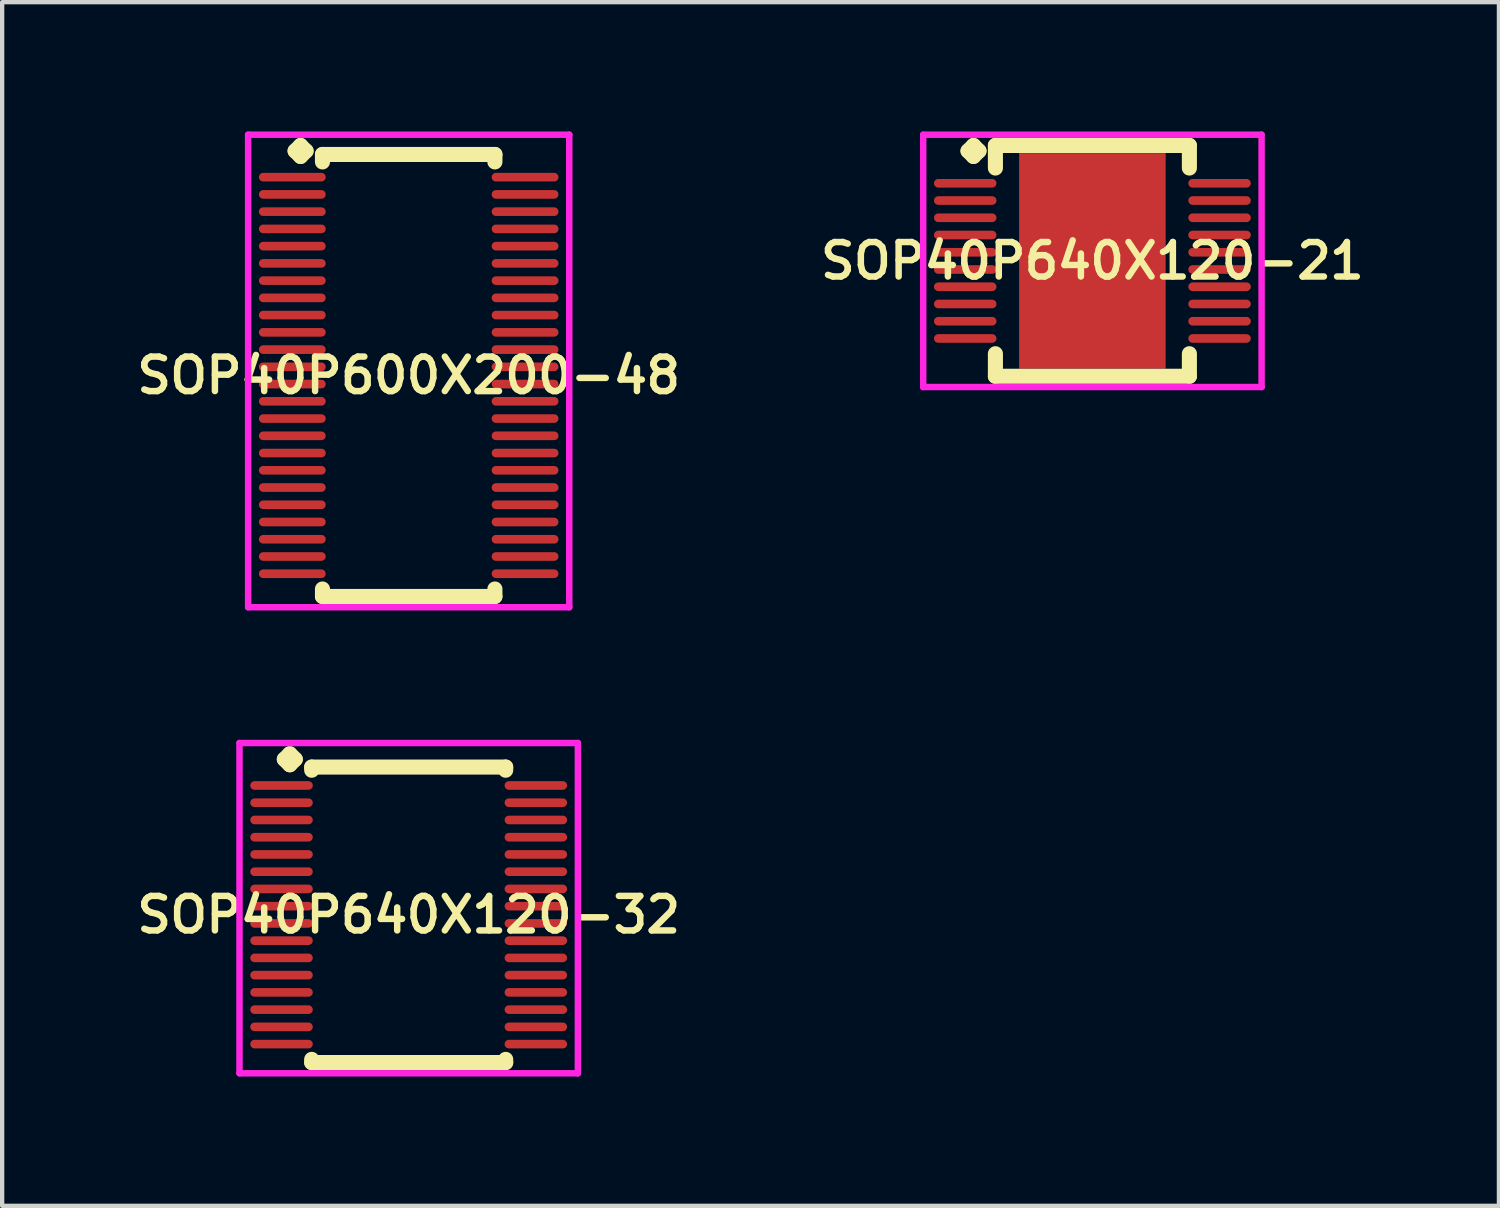
<source format=kicad_pcb>
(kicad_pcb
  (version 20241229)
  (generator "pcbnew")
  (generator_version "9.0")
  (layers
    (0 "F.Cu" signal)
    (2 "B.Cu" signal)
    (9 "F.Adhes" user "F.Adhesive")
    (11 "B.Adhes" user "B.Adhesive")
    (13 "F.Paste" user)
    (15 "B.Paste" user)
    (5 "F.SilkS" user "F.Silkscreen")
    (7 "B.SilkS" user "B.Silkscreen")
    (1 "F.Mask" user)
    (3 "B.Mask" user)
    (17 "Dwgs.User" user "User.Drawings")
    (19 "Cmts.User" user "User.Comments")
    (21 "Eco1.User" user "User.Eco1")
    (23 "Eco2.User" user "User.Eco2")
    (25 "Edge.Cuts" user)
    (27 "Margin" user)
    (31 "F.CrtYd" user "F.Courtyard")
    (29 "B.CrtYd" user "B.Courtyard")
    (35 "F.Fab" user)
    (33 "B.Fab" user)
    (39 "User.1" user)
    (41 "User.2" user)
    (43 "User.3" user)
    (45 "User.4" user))
  (footprint "SOP40P640X120-21"
    (layer "F.Cu")
    (at 22.292 3.002)
    (property "Reference" "SOP40P640X120-21" (at 0 0 0) (layer "F.SilkS") (effects (font (size 0.8 0.8) (thickness 0.15))))
    (attr smd)
    (fp_line (start -2.885 -2.55) (end -2.758 -2.677) (stroke (width 0.35) (type solid)) (layer "F.SilkS"))
    (fp_line (start -2.758 -2.677) (end -2.631 -2.55) (stroke (width 0.35) (type solid)) (layer "F.SilkS"))
    (fp_line (start -2.758 -2.423) (end -2.885 -2.55) (stroke (width 0.35) (type solid)) (layer "F.SilkS"))
    (fp_line (start -2.631 -2.55) (end -2.758 -2.423) (stroke (width 0.35) (type solid)) (layer "F.SilkS"))
    (fp_line (start -2.25 -2.677) (end 2.25 -2.677) (stroke (width 0.35) (type solid)) (layer "F.SilkS"))
    (fp_line (start -2.25 -2.154) (end -2.25 -2.677) (stroke (width 0.35) (type solid)) (layer "F.SilkS"))
    (fp_line (start -2.25 2.154) (end -2.25 2.677) (stroke (width 0.35) (type solid)) (layer "F.SilkS"))
    (fp_line (start -2.25 2.677) (end 2.25 2.677) (stroke (width 0.35) (type solid)) (layer "F.SilkS"))
    (fp_line (start 2.25 -2.677) (end 2.25 -2.154) (stroke (width 0.35) (type solid)) (layer "F.SilkS"))
    (fp_line (start 2.25 2.677) (end 2.25 2.154) (stroke (width 0.35) (type solid)) (layer "F.SilkS"))
    (fp_line (start -3.925 -2.927) (end 3.925 -2.927) (stroke (width 0.15) (type solid)) (layer "F.CrtYd"))
    (fp_line (start -3.925 2.927) (end -3.925 -2.927) (stroke (width 0.15) (type solid)) (layer "F.CrtYd"))
    (fp_line (start 3.925 -2.927) (end 3.925 2.927) (stroke (width 0.15) (type solid)) (layer "F.CrtYd"))
    (fp_line (start 3.925 2.927) (end -3.925 2.927) (stroke (width 0.15) (type solid)) (layer "F.CrtYd"))
    (pad "1" smd oval (at -2.95 -1.8) (size 1.45 0.2) (layers "F.Cu" "F.Mask" "F.Paste"))
    (pad "2" smd oval (at -2.95 -1.4) (size 1.45 0.2) (layers "F.Cu" "F.Mask" "F.Paste"))
    (pad "3" smd oval (at -2.95 -1) (size 1.45 0.2) (layers "F.Cu" "F.Mask" "F.Paste"))
    (pad "4" smd oval (at -2.95 -0.6) (size 1.45 0.2) (layers "F.Cu" "F.Mask" "F.Paste"))
    (pad "5" smd oval (at -2.95 -0.2) (size 1.45 0.2) (layers "F.Cu" "F.Mask" "F.Paste"))
    (pad "6" smd oval (at -2.95 0.2) (size 1.45 0.2) (layers "F.Cu" "F.Mask" "F.Paste"))
    (pad "7" smd oval (at -2.95 0.6) (size 1.45 0.2) (layers "F.Cu" "F.Mask" "F.Paste"))
    (pad "8" smd oval (at -2.95 1) (size 1.45 0.2) (layers "F.Cu" "F.Mask" "F.Paste"))
    (pad "9" smd oval (at -2.95 1.4) (size 1.45 0.2) (layers "F.Cu" "F.Mask" "F.Paste"))
    (pad "10" smd oval (at -2.95 1.8) (size 1.45 0.2) (layers "F.Cu" "F.Mask" "F.Paste"))
    (pad "11" smd oval (at 2.95 1.8) (size 1.45 0.2) (layers "F.Cu" "F.Mask" "F.Paste"))
    (pad "12" smd oval (at 2.95 1.4) (size 1.45 0.2) (layers "F.Cu" "F.Mask" "F.Paste"))
    (pad "13" smd oval (at 2.95 1) (size 1.45 0.2) (layers "F.Cu" "F.Mask" "F.Paste"))
    (pad "14" smd oval (at 2.95 0.6) (size 1.45 0.2) (layers "F.Cu" "F.Mask" "F.Paste"))
    (pad "15" smd oval (at 2.95 0.2) (size 1.45 0.2) (layers "F.Cu" "F.Mask" "F.Paste"))
    (pad "16" smd oval (at 2.95 -0.2) (size 1.45 0.2) (layers "F.Cu" "F.Mask" "F.Paste"))
    (pad "17" smd oval (at 2.95 -0.6) (size 1.45 0.2) (layers "F.Cu" "F.Mask" "F.Paste"))
    (pad "18" smd oval (at 2.95 -1) (size 1.45 0.2) (layers "F.Cu" "F.Mask" "F.Paste"))
    (pad "19" smd oval (at 2.95 -1.4) (size 1.45 0.2) (layers "F.Cu" "F.Mask" "F.Paste"))
    (pad "20" smd oval (at 2.95 -1.8) (size 1.45 0.2) (layers "F.Cu" "F.Mask" "F.Paste"))
    (pad "21" smd rect (at 0 0) (size 3.4 5) (layers "F.Cu" "F.Mask" "F.Paste")))
  (footprint "SOP40P600X200-48"
    (layer "F.Cu")
    (at 6.431 5.66)
    (property "Reference" "SOP40P600X200-48" (at 0 0 0) (layer "F.SilkS") (effects (font (size 0.8 0.8) (thickness 0.15))))
    (attr smd)
    (fp_line (start -2.635 -5.208) (end -2.508 -5.335) (stroke (width 0.35) (type solid)) (layer "F.SilkS"))
    (fp_line (start -2.508 -5.335) (end -2.381 -5.208) (stroke (width 0.35) (type solid)) (layer "F.SilkS"))
    (fp_line (start -2.508 -5.081) (end -2.635 -5.208) (stroke (width 0.35) (type solid)) (layer "F.SilkS"))
    (fp_line (start -2.381 -5.208) (end -2.508 -5.081) (stroke (width 0.35) (type solid)) (layer "F.SilkS"))
    (fp_line (start -2 -5.127) (end 2 -5.127) (stroke (width 0.35) (type solid)) (layer "F.SilkS"))
    (fp_line (start -2 -4.954) (end -2 -5.127) (stroke (width 0.35) (type solid)) (layer "F.SilkS"))
    (fp_line (start -2 4.954) (end -2 5.127) (stroke (width 0.35) (type solid)) (layer "F.SilkS"))
    (fp_line (start -2 5.127) (end 2 5.127) (stroke (width 0.35) (type solid)) (layer "F.SilkS"))
    (fp_line (start 2 -5.127) (end 2 -4.954) (stroke (width 0.35) (type solid)) (layer "F.SilkS"))
    (fp_line (start 2 5.127) (end 2 4.954) (stroke (width 0.35) (type solid)) (layer "F.SilkS"))
    (fp_line (start -3.725 -5.585) (end 3.725 -5.585) (stroke (width 0.15) (type solid)) (layer "F.CrtYd"))
    (fp_line (start -3.725 5.377) (end -3.725 -5.585) (stroke (width 0.15) (type solid)) (layer "F.CrtYd"))
    (fp_line (start 3.725 -5.585) (end 3.725 5.377) (stroke (width 0.15) (type solid)) (layer "F.CrtYd"))
    (fp_line (start 3.725 5.377) (end -3.725 5.377) (stroke (width 0.15) (type solid)) (layer "F.CrtYd"))
    (pad "1" smd oval (at -2.7 -4.6) (size 1.55 0.2) (layers "F.Cu" "F.Mask" "F.Paste"))
    (pad "2" smd oval (at -2.7 -4.2) (size 1.55 0.2) (layers "F.Cu" "F.Mask" "F.Paste"))
    (pad "3" smd oval (at -2.7 -3.8) (size 1.55 0.2) (layers "F.Cu" "F.Mask" "F.Paste"))
    (pad "4" smd oval (at -2.7 -3.4) (size 1.55 0.2) (layers "F.Cu" "F.Mask" "F.Paste"))
    (pad "5" smd oval (at -2.7 -3) (size 1.55 0.2) (layers "F.Cu" "F.Mask" "F.Paste"))
    (pad "6" smd oval (at -2.7 -2.6) (size 1.55 0.2) (layers "F.Cu" "F.Mask" "F.Paste"))
    (pad "7" smd oval (at -2.7 -2.2) (size 1.55 0.2) (layers "F.Cu" "F.Mask" "F.Paste"))
    (pad "8" smd oval (at -2.7 -1.8) (size 1.55 0.2) (layers "F.Cu" "F.Mask" "F.Paste"))
    (pad "9" smd oval (at -2.7 -1.4) (size 1.55 0.2) (layers "F.Cu" "F.Mask" "F.Paste"))
    (pad "10" smd oval (at -2.7 -1) (size 1.55 0.2) (layers "F.Cu" "F.Mask" "F.Paste"))
    (pad "11" smd oval (at -2.7 -0.6) (size 1.55 0.2) (layers "F.Cu" "F.Mask" "F.Paste"))
    (pad "12" smd oval (at -2.7 -0.2) (size 1.55 0.2) (layers "F.Cu" "F.Mask" "F.Paste"))
    (pad "13" smd oval (at -2.7 0.2) (size 1.55 0.2) (layers "F.Cu" "F.Mask" "F.Paste"))
    (pad "14" smd oval (at -2.7 0.6) (size 1.55 0.2) (layers "F.Cu" "F.Mask" "F.Paste"))
    (pad "15" smd oval (at -2.7 1) (size 1.55 0.2) (layers "F.Cu" "F.Mask" "F.Paste"))
    (pad "16" smd oval (at -2.7 1.4) (size 1.55 0.2) (layers "F.Cu" "F.Mask" "F.Paste"))
    (pad "17" smd oval (at -2.7 1.8) (size 1.55 0.2) (layers "F.Cu" "F.Mask" "F.Paste"))
    (pad "18" smd oval (at -2.7 2.2) (size 1.55 0.2) (layers "F.Cu" "F.Mask" "F.Paste"))
    (pad "19" smd oval (at -2.7 2.6) (size 1.55 0.2) (layers "F.Cu" "F.Mask" "F.Paste"))
    (pad "20" smd oval (at -2.7 3) (size 1.55 0.2) (layers "F.Cu" "F.Mask" "F.Paste"))
    (pad "21" smd oval (at -2.7 3.4) (size 1.55 0.2) (layers "F.Cu" "F.Mask" "F.Paste"))
    (pad "22" smd oval (at -2.7 3.8) (size 1.55 0.2) (layers "F.Cu" "F.Mask" "F.Paste"))
    (pad "23" smd oval (at -2.7 4.2) (size 1.55 0.2) (layers "F.Cu" "F.Mask" "F.Paste"))
    (pad "24" smd oval (at -2.7 4.6) (size 1.55 0.2) (layers "F.Cu" "F.Mask" "F.Paste"))
    (pad "25" smd oval (at 2.7 4.6) (size 1.55 0.2) (layers "F.Cu" "F.Mask" "F.Paste"))
    (pad "26" smd oval (at 2.7 4.2) (size 1.55 0.2) (layers "F.Cu" "F.Mask" "F.Paste"))
    (pad "27" smd oval (at 2.7 3.8) (size 1.55 0.2) (layers "F.Cu" "F.Mask" "F.Paste"))
    (pad "28" smd oval (at 2.7 3.4) (size 1.55 0.2) (layers "F.Cu" "F.Mask" "F.Paste"))
    (pad "29" smd oval (at 2.7 3) (size 1.55 0.2) (layers "F.Cu" "F.Mask" "F.Paste"))
    (pad "30" smd oval (at 2.7 2.6) (size 1.55 0.2) (layers "F.Cu" "F.Mask" "F.Paste"))
    (pad "31" smd oval (at 2.7 2.2) (size 1.55 0.2) (layers "F.Cu" "F.Mask" "F.Paste"))
    (pad "32" smd oval (at 2.7 1.8) (size 1.55 0.2) (layers "F.Cu" "F.Mask" "F.Paste"))
    (pad "33" smd oval (at 2.7 1.4) (size 1.55 0.2) (layers "F.Cu" "F.Mask" "F.Paste"))
    (pad "34" smd oval (at 2.7 1) (size 1.55 0.2) (layers "F.Cu" "F.Mask" "F.Paste"))
    (pad "35" smd oval (at 2.7 0.6) (size 1.55 0.2) (layers "F.Cu" "F.Mask" "F.Paste"))
    (pad "36" smd oval (at 2.7 0.2) (size 1.55 0.2) (layers "F.Cu" "F.Mask" "F.Paste"))
    (pad "37" smd oval (at 2.7 -0.2) (size 1.55 0.2) (layers "F.Cu" "F.Mask" "F.Paste"))
    (pad "38" smd oval (at 2.7 -0.6) (size 1.55 0.2) (layers "F.Cu" "F.Mask" "F.Paste"))
    (pad "39" smd oval (at 2.7 -1) (size 1.55 0.2) (layers "F.Cu" "F.Mask" "F.Paste"))
    (pad "40" smd oval (at 2.7 -1.4) (size 1.55 0.2) (layers "F.Cu" "F.Mask" "F.Paste"))
    (pad "41" smd oval (at 2.7 -1.8) (size 1.55 0.2) (layers "F.Cu" "F.Mask" "F.Paste"))
    (pad "42" smd oval (at 2.7 -2.2) (size 1.55 0.2) (layers "F.Cu" "F.Mask" "F.Paste"))
    (pad "43" smd oval (at 2.7 -2.6) (size 1.55 0.2) (layers "F.Cu" "F.Mask" "F.Paste"))
    (pad "44" smd oval (at 2.7 -3) (size 1.55 0.2) (layers "F.Cu" "F.Mask" "F.Paste"))
    (pad "45" smd oval (at 2.7 -3.4) (size 1.55 0.2) (layers "F.Cu" "F.Mask" "F.Paste"))
    (pad "46" smd oval (at 2.7 -3.8) (size 1.55 0.2) (layers "F.Cu" "F.Mask" "F.Paste"))
    (pad "47" smd oval (at 2.7 -4.2) (size 1.55 0.2) (layers "F.Cu" "F.Mask" "F.Paste"))
    (pad "48" smd oval (at 2.7 -4.6) (size 1.55 0.2) (layers "F.Cu" "F.Mask" "F.Paste")))
  (footprint "SOP40P640X120-32"
    (layer "F.Cu")
    (at 6.431 18.172)
    (property "Reference" "SOP40P640X120-32" (at 0 0 0) (layer "F.SilkS") (effects (font (size 0.8 0.8) (thickness 0.15))))
    (attr smd)
    (fp_line (start -2.885 -3.608) (end -2.758 -3.735) (stroke (width 0.35) (type solid)) (layer "F.SilkS"))
    (fp_line (start -2.758 -3.735) (end -2.631 -3.608) (stroke (width 0.35) (type solid)) (layer "F.SilkS"))
    (fp_line (start -2.758 -3.481) (end -2.885 -3.608) (stroke (width 0.35) (type solid)) (layer "F.SilkS"))
    (fp_line (start -2.631 -3.608) (end -2.758 -3.481) (stroke (width 0.35) (type solid)) (layer "F.SilkS"))
    (fp_line (start -2.25 -3.427) (end 2.25 -3.427) (stroke (width 0.35) (type solid)) (layer "F.SilkS"))
    (fp_line (start -2.25 -3.354) (end -2.25 -3.427) (stroke (width 0.35) (type solid)) (layer "F.SilkS"))
    (fp_line (start -2.25 3.354) (end -2.25 3.427) (stroke (width 0.35) (type solid)) (layer "F.SilkS"))
    (fp_line (start -2.25 3.427) (end 2.25 3.427) (stroke (width 0.35) (type solid)) (layer "F.SilkS"))
    (fp_line (start 2.25 -3.427) (end 2.25 -3.354) (stroke (width 0.35) (type solid)) (layer "F.SilkS"))
    (fp_line (start 2.25 3.427) (end 2.25 3.354) (stroke (width 0.35) (type solid)) (layer "F.SilkS"))
    (fp_line (start -3.925 -3.985) (end 3.925 -3.985) (stroke (width 0.15) (type solid)) (layer "F.CrtYd"))
    (fp_line (start -3.925 3.677) (end -3.925 -3.985) (stroke (width 0.15) (type solid)) (layer "F.CrtYd"))
    (fp_line (start 3.925 -3.985) (end 3.925 3.677) (stroke (width 0.15) (type solid)) (layer "F.CrtYd"))
    (fp_line (start 3.925 3.677) (end -3.925 3.677) (stroke (width 0.15) (type solid)) (layer "F.CrtYd"))
    (pad "1" smd oval (at -2.95 -3) (size 1.45 0.2) (layers "F.Cu" "F.Mask" "F.Paste"))
    (pad "2" smd oval (at -2.95 -2.6) (size 1.45 0.2) (layers "F.Cu" "F.Mask" "F.Paste"))
    (pad "3" smd oval (at -2.95 -2.2) (size 1.45 0.2) (layers "F.Cu" "F.Mask" "F.Paste"))
    (pad "4" smd oval (at -2.95 -1.8) (size 1.45 0.2) (layers "F.Cu" "F.Mask" "F.Paste"))
    (pad "5" smd oval (at -2.95 -1.4) (size 1.45 0.2) (layers "F.Cu" "F.Mask" "F.Paste"))
    (pad "6" smd oval (at -2.95 -1) (size 1.45 0.2) (layers "F.Cu" "F.Mask" "F.Paste"))
    (pad "7" smd oval (at -2.95 -0.6) (size 1.45 0.2) (layers "F.Cu" "F.Mask" "F.Paste"))
    (pad "8" smd oval (at -2.95 -0.2) (size 1.45 0.2) (layers "F.Cu" "F.Mask" "F.Paste"))
    (pad "9" smd oval (at -2.95 0.2) (size 1.45 0.2) (layers "F.Cu" "F.Mask" "F.Paste"))
    (pad "10" smd oval (at -2.95 0.6) (size 1.45 0.2) (layers "F.Cu" "F.Mask" "F.Paste"))
    (pad "11" smd oval (at -2.95 1) (size 1.45 0.2) (layers "F.Cu" "F.Mask" "F.Paste"))
    (pad "12" smd oval (at -2.95 1.4) (size 1.45 0.2) (layers "F.Cu" "F.Mask" "F.Paste"))
    (pad "13" smd oval (at -2.95 1.8) (size 1.45 0.2) (layers "F.Cu" "F.Mask" "F.Paste"))
    (pad "14" smd oval (at -2.95 2.2) (size 1.45 0.2) (layers "F.Cu" "F.Mask" "F.Paste"))
    (pad "15" smd oval (at -2.95 2.6) (size 1.45 0.2) (layers "F.Cu" "F.Mask" "F.Paste"))
    (pad "16" smd oval (at -2.95 3) (size 1.45 0.2) (layers "F.Cu" "F.Mask" "F.Paste"))
    (pad "17" smd oval (at 2.95 3) (size 1.45 0.2) (layers "F.Cu" "F.Mask" "F.Paste"))
    (pad "18" smd oval (at 2.95 2.6) (size 1.45 0.2) (layers "F.Cu" "F.Mask" "F.Paste"))
    (pad "19" smd oval (at 2.95 2.2) (size 1.45 0.2) (layers "F.Cu" "F.Mask" "F.Paste"))
    (pad "20" smd oval (at 2.95 1.8) (size 1.45 0.2) (layers "F.Cu" "F.Mask" "F.Paste"))
    (pad "21" smd oval (at 2.95 1.4) (size 1.45 0.2) (layers "F.Cu" "F.Mask" "F.Paste"))
    (pad "22" smd oval (at 2.95 1) (size 1.45 0.2) (layers "F.Cu" "F.Mask" "F.Paste"))
    (pad "23" smd oval (at 2.95 0.6) (size 1.45 0.2) (layers "F.Cu" "F.Mask" "F.Paste"))
    (pad "24" smd oval (at 2.95 0.2) (size 1.45 0.2) (layers "F.Cu" "F.Mask" "F.Paste"))
    (pad "25" smd oval (at 2.95 -0.2) (size 1.45 0.2) (layers "F.Cu" "F.Mask" "F.Paste"))
    (pad "26" smd oval (at 2.95 -0.6) (size 1.45 0.2) (layers "F.Cu" "F.Mask" "F.Paste"))
    (pad "27" smd oval (at 2.95 -1) (size 1.45 0.2) (layers "F.Cu" "F.Mask" "F.Paste"))
    (pad "28" smd oval (at 2.95 -1.4) (size 1.45 0.2) (layers "F.Cu" "F.Mask" "F.Paste"))
    (pad "29" smd oval (at 2.95 -1.8) (size 1.45 0.2) (layers "F.Cu" "F.Mask" "F.Paste"))
    (pad "30" smd oval (at 2.95 -2.2) (size 1.45 0.2) (layers "F.Cu" "F.Mask" "F.Paste"))
    (pad "31" smd oval (at 2.95 -2.6) (size 1.45 0.2) (layers "F.Cu" "F.Mask" "F.Paste"))
    (pad "32" smd oval (at 2.95 -3) (size 1.45 0.2) (layers "F.Cu" "F.Mask" "F.Paste")))
  (gr_rect
    (start -3 -3)
    (end 31.723 24.924)
    (stroke (width 0.1) (type default))
    (fill no)
    (layer "Edge.Cuts")))
</source>
